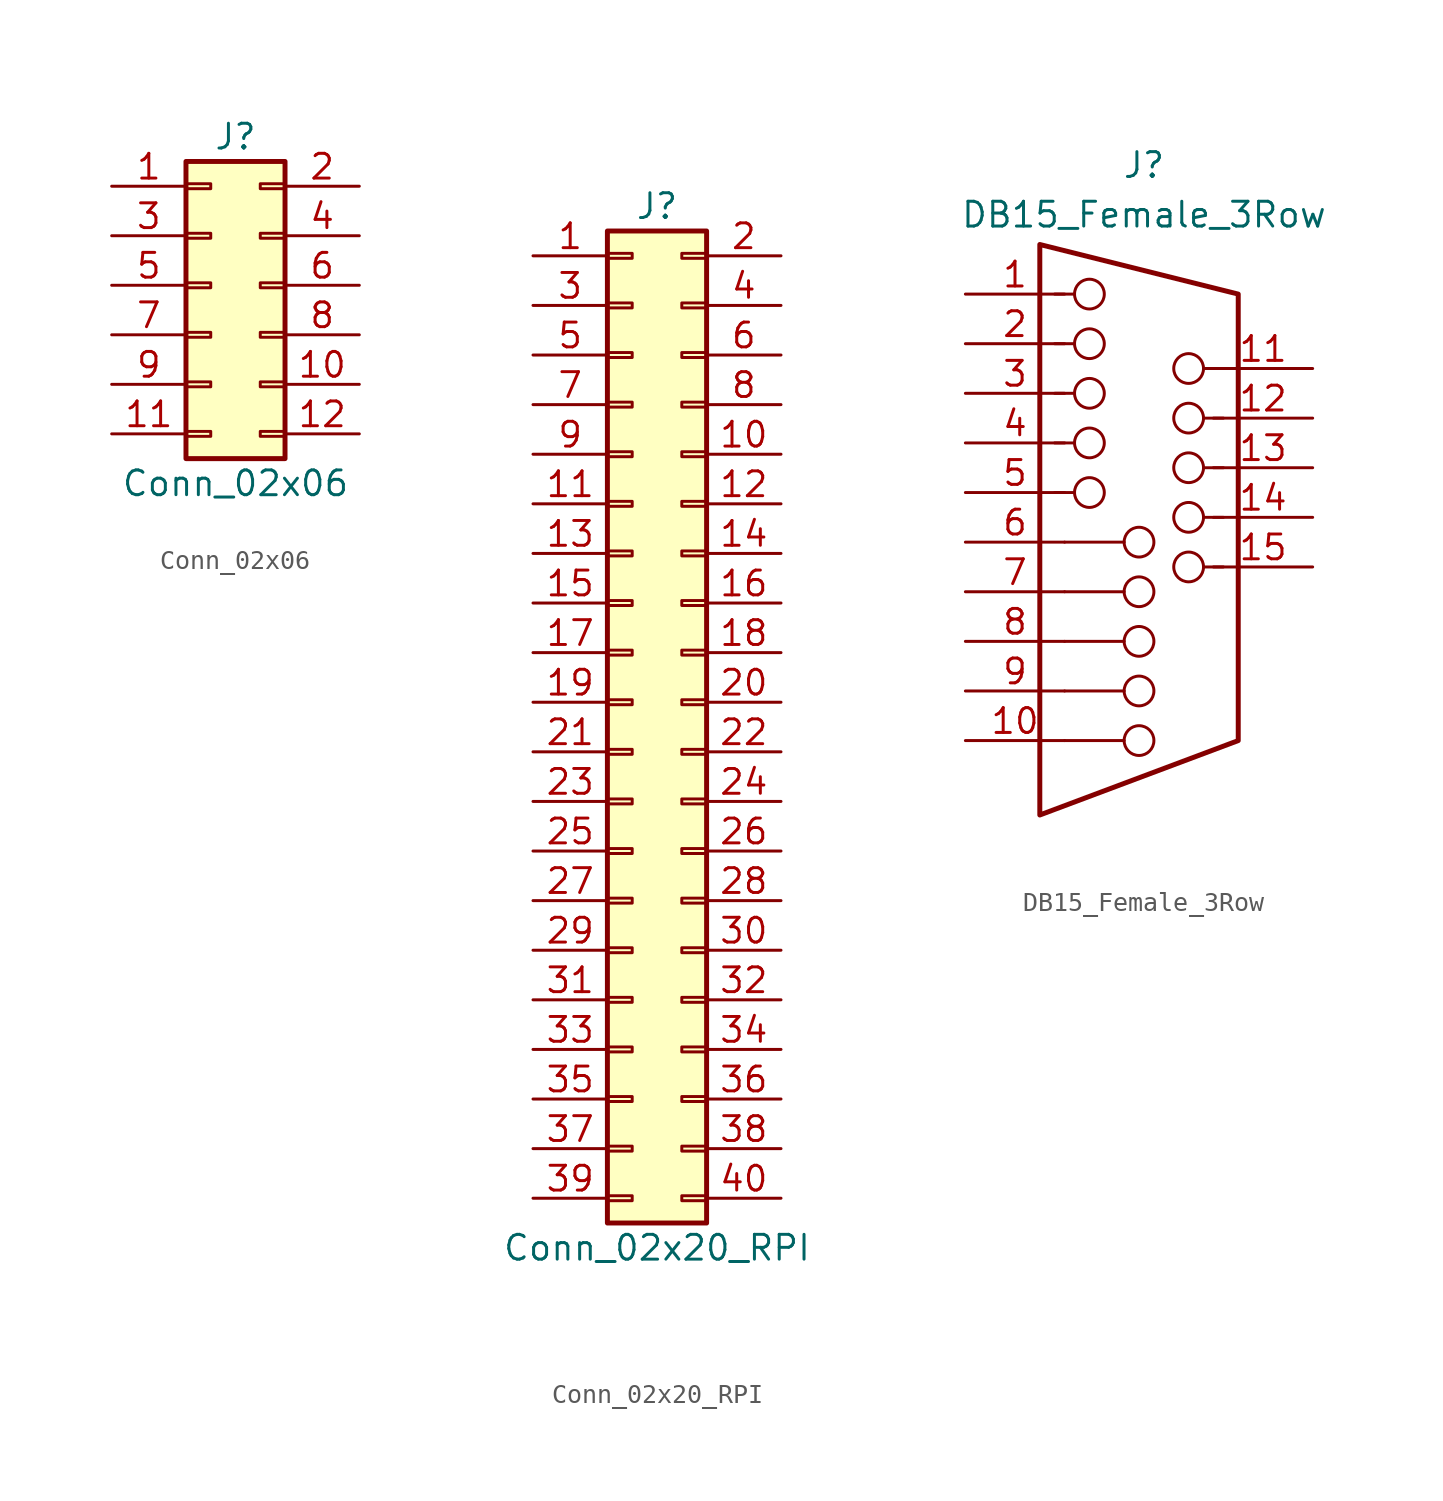
<source format=kicad_sym>
(kicad_symbol_lib
  (version 20220914)
  (generator kicad_symbol_editor)
  (symbol "Conn_02x06"
    (pin_names
      (offset 1.016) hide)
    (property "Reference" "J"
      (at 0 8.89 0)
      (effects (font (size 1.27 1.27))))
    (property "Value" "Conn_02x06"
      (at 0 -8.89 0)
      (effects (font (size 1.27 1.27))))
    (symbol "Conn_02x06_1_1"
      (rectangle (start -2.54 -6.223) (end -1.27 -6.477) (stroke (width 0.152) (type default)) (fill (type none)))
      (rectangle (start -2.54 -3.683) (end -1.27 -3.937) (stroke (width 0.152) (type default)) (fill (type none)))
      (rectangle (start -2.54 -1.143) (end -1.27 -1.397) (stroke (width 0.152) (type default)) (fill (type none)))
      (rectangle (start -2.54 1.397) (end -1.27 1.143) (stroke (width 0.152) (type default)) (fill (type none)))
      (rectangle (start -2.54 3.937) (end -1.27 3.683) (stroke (width 0.152) (type default)) (fill (type none)))
      (rectangle (start -2.54 6.477) (end -1.27 6.223) (stroke (width 0.152) (type default)) (fill (type none)))
      (rectangle (start -2.54 7.62) (end 2.54 -7.62) (stroke (width 0.254) (type default)) (fill (type background)))
      (rectangle (start 2.54 -6.223) (end 1.27 -6.477) (stroke (width 0.152) (type default)) (fill (type none)))
      (rectangle (start 2.54 -3.683) (end 1.27 -3.937) (stroke (width 0.152) (type default)) (fill (type none)))
      (rectangle (start 2.54 -1.143) (end 1.27 -1.397) (stroke (width 0.152) (type default)) (fill (type none)))
      (rectangle (start 2.54 1.397) (end 1.27 1.143) (stroke (width 0.152) (type default)) (fill (type none)))
      (rectangle (start 2.54 3.937) (end 1.27 3.683) (stroke (width 0.152) (type default)) (fill (type none)))
      (rectangle (start 2.54 6.477) (end 1.27 6.223) (stroke (width 0.152) (type default)) (fill (type none)))
      (pin passive line (at -6.35 6.35 0) (length 3.81) (name "Pin_1" (effects (font (size 1.27 1.27)))) (number "1" (effects (font (size 1.27 1.27)))))
      (pin passive line (at 6.35 -3.81 180) (length 3.81) (name "Pin_10" (effects (font (size 1.27 1.27)))) (number "10" (effects (font (size 1.27 1.27)))))
      (pin passive line (at -6.35 -6.35 0) (length 3.81) (name "Pin_11" (effects (font (size 1.27 1.27)))) (number "11" (effects (font (size 1.27 1.27)))))
      (pin passive line (at 6.35 -6.35 180) (length 3.81) (name "Pin_12" (effects (font (size 1.27 1.27)))) (number "12" (effects (font (size 1.27 1.27)))))
      (pin passive line (at 6.35 6.35 180) (length 3.81) (name "Pin_2" (effects (font (size 1.27 1.27)))) (number "2" (effects (font (size 1.27 1.27)))))
      (pin passive line (at -6.35 3.81 0) (length 3.81) (name "Pin_3" (effects (font (size 1.27 1.27)))) (number "3" (effects (font (size 1.27 1.27)))))
      (pin passive line (at 6.35 3.81 180) (length 3.81) (name "Pin_4" (effects (font (size 1.27 1.27)))) (number "4" (effects (font (size 1.27 1.27)))))
      (pin passive line (at -6.35 1.27 0) (length 3.81) (name "Pin_5" (effects (font (size 1.27 1.27)))) (number "5" (effects (font (size 1.27 1.27)))))
      (pin passive line (at 6.35 1.27 180) (length 3.81) (name "Pin_6" (effects (font (size 1.27 1.27)))) (number "6" (effects (font (size 1.27 1.27)))))
      (pin passive line (at -6.35 -1.27 0) (length 3.81) (name "Pin_7" (effects (font (size 1.27 1.27)))) (number "7" (effects (font (size 1.27 1.27)))))
      (pin passive line (at 6.35 -1.27 180) (length 3.81) (name "Pin_8" (effects (font (size 1.27 1.27)))) (number "8" (effects (font (size 1.27 1.27)))))
      (pin passive line (at -6.35 -3.81 0) (length 3.81) (name "Pin_9" (effects (font (size 1.27 1.27)))) (number "9" (effects (font (size 1.27 1.27)))))))
  (symbol "Conn_02x20_RPI"
    (pin_names
      (offset 1.016) hide)
    (property "Reference" "J"
      (at 0 25.4 0)
      (effects (font (size 1.27 1.27))))
    (property "Value" "Conn_02x20_RPI"
      (at 0 -27.94 0)
      (effects (font (size 1.27 1.27))))
    (symbol "Conn_02x20_RPI_1_1"
      (rectangle (start -2.54 -25.273) (end -1.27 -25.527) (stroke (width 0.152) (type default)) (fill (type none)))
      (rectangle (start -2.54 -22.733) (end -1.27 -22.987) (stroke (width 0.152) (type default)) (fill (type none)))
      (rectangle (start -2.54 -20.193) (end -1.27 -20.447) (stroke (width 0.152) (type default)) (fill (type none)))
      (rectangle (start -2.54 -17.653) (end -1.27 -17.907) (stroke (width 0.152) (type default)) (fill (type none)))
      (rectangle (start -2.54 -15.113) (end -1.27 -15.367) (stroke (width 0.152) (type default)) (fill (type none)))
      (rectangle (start -2.54 -12.573) (end -1.27 -12.827) (stroke (width 0.152) (type default)) (fill (type none)))
      (rectangle (start -2.54 -10.033) (end -1.27 -10.287) (stroke (width 0.152) (type default)) (fill (type none)))
      (rectangle (start -2.54 -7.493) (end -1.27 -7.747) (stroke (width 0.152) (type default)) (fill (type none)))
      (rectangle (start -2.54 -4.953) (end -1.27 -5.207) (stroke (width 0.152) (type default)) (fill (type none)))
      (rectangle (start -2.54 -2.413) (end -1.27 -2.667) (stroke (width 0.152) (type default)) (fill (type none)))
      (rectangle (start -2.54 0.127) (end -1.27 -0.127) (stroke (width 0.152) (type default)) (fill (type none)))
      (rectangle (start -2.54 2.667) (end -1.27 2.413) (stroke (width 0.152) (type default)) (fill (type none)))
      (rectangle (start -2.54 5.207) (end -1.27 4.953) (stroke (width 0.152) (type default)) (fill (type none)))
      (rectangle (start -2.54 7.747) (end -1.27 7.493) (stroke (width 0.152) (type default)) (fill (type none)))
      (rectangle (start -2.54 10.287) (end -1.27 10.033) (stroke (width 0.152) (type default)) (fill (type none)))
      (rectangle (start -2.54 12.827) (end -1.27 12.573) (stroke (width 0.152) (type default)) (fill (type none)))
      (rectangle (start -2.54 15.367) (end -1.27 15.113) (stroke (width 0.152) (type default)) (fill (type none)))
      (rectangle (start -2.54 17.907) (end -1.27 17.653) (stroke (width 0.152) (type default)) (fill (type none)))
      (rectangle (start -2.54 20.447) (end -1.27 20.193) (stroke (width 0.152) (type default)) (fill (type none)))
      (rectangle (start -2.54 22.987) (end -1.27 22.733) (stroke (width 0.152) (type default)) (fill (type none)))
      (rectangle (start -2.54 24.13) (end 2.54 -26.67) (stroke (width 0.254) (type default)) (fill (type background)))
      (rectangle (start 2.54 -25.273) (end 1.27 -25.527) (stroke (width 0.152) (type default)) (fill (type none)))
      (rectangle (start 2.54 -22.733) (end 1.27 -22.987) (stroke (width 0.152) (type default)) (fill (type none)))
      (rectangle (start 2.54 -20.193) (end 1.27 -20.447) (stroke (width 0.152) (type default)) (fill (type none)))
      (rectangle (start 2.54 -17.653) (end 1.27 -17.907) (stroke (width 0.152) (type default)) (fill (type none)))
      (rectangle (start 2.54 -15.113) (end 1.27 -15.367) (stroke (width 0.152) (type default)) (fill (type none)))
      (rectangle (start 2.54 -12.573) (end 1.27 -12.827) (stroke (width 0.152) (type default)) (fill (type none)))
      (rectangle (start 2.54 -10.033) (end 1.27 -10.287) (stroke (width 0.152) (type default)) (fill (type none)))
      (rectangle (start 2.54 -7.493) (end 1.27 -7.747) (stroke (width 0.152) (type default)) (fill (type none)))
      (rectangle (start 2.54 -4.953) (end 1.27 -5.207) (stroke (width 0.152) (type default)) (fill (type none)))
      (rectangle (start 2.54 -2.413) (end 1.27 -2.667) (stroke (width 0.152) (type default)) (fill (type none)))
      (rectangle (start 2.54 0.127) (end 1.27 -0.127) (stroke (width 0.152) (type default)) (fill (type none)))
      (rectangle (start 2.54 2.667) (end 1.27 2.413) (stroke (width 0.152) (type default)) (fill (type none)))
      (rectangle (start 2.54 5.207) (end 1.27 4.953) (stroke (width 0.152) (type default)) (fill (type none)))
      (rectangle (start 2.54 7.747) (end 1.27 7.493) (stroke (width 0.152) (type default)) (fill (type none)))
      (rectangle (start 2.54 10.287) (end 1.27 10.033) (stroke (width 0.152) (type default)) (fill (type none)))
      (rectangle (start 2.54 12.827) (end 1.27 12.573) (stroke (width 0.152) (type default)) (fill (type none)))
      (rectangle (start 2.54 15.367) (end 1.27 15.113) (stroke (width 0.152) (type default)) (fill (type none)))
      (rectangle (start 2.54 17.907) (end 1.27 17.653) (stroke (width 0.152) (type default)) (fill (type none)))
      (rectangle (start 2.54 20.447) (end 1.27 20.193) (stroke (width 0.152) (type default)) (fill (type none)))
      (rectangle (start 2.54 22.987) (end 1.27 22.733) (stroke (width 0.152) (type default)) (fill (type none)))
      (pin passive line (at -6.35 22.86 0) (length 3.81) (name "Pin_1" (effects (font (size 1.27 1.27)))) (number "1" (effects (font (size 1.27 1.27)))))
      (pin passive line (at 6.35 12.7 180) (length 3.81) (name "Pin_10" (effects (font (size 1.27 1.27)))) (number "10" (effects (font (size 1.27 1.27)))))
      (pin passive line (at -6.35 10.16 0) (length 3.81) (name "Pin_11" (effects (font (size 1.27 1.27)))) (number "11" (effects (font (size 1.27 1.27)))))
      (pin passive line (at 6.35 10.16 180) (length 3.81) (name "Pin_12" (effects (font (size 1.27 1.27)))) (number "12" (effects (font (size 1.27 1.27)))))
      (pin passive line (at -6.35 7.62 0) (length 3.81) (name "Pin_13" (effects (font (size 1.27 1.27)))) (number "13" (effects (font (size 1.27 1.27)))))
      (pin passive line (at 6.35 7.62 180) (length 3.81) (name "Pin_14" (effects (font (size 1.27 1.27)))) (number "14" (effects (font (size 1.27 1.27)))))
      (pin passive line (at -6.35 5.08 0) (length 3.81) (name "Pin_15" (effects (font (size 1.27 1.27)))) (number "15" (effects (font (size 1.27 1.27)))))
      (pin passive line (at 6.35 5.08 180) (length 3.81) (name "Pin_16" (effects (font (size 1.27 1.27)))) (number "16" (effects (font (size 1.27 1.27)))))
      (pin passive line (at -6.35 2.54 0) (length 3.81) (name "Pin_17" (effects (font (size 1.27 1.27)))) (number "17" (effects (font (size 1.27 1.27)))))
      (pin passive line (at 6.35 2.54 180) (length 3.81) (name "Pin_18" (effects (font (size 1.27 1.27)))) (number "18" (effects (font (size 1.27 1.27)))))
      (pin passive line (at -6.35 0 0) (length 3.81) (name "Pin_19" (effects (font (size 1.27 1.27)))) (number "19" (effects (font (size 1.27 1.27)))))
      (pin passive line (at 6.35 22.86 180) (length 3.81) (name "Pin_2" (effects (font (size 1.27 1.27)))) (number "2" (effects (font (size 1.27 1.27)))))
      (pin passive line (at 6.35 0 180) (length 3.81) (name "Pin_20" (effects (font (size 1.27 1.27)))) (number "20" (effects (font (size 1.27 1.27)))))
      (pin passive line (at -6.35 -2.54 0) (length 3.81) (name "Pin_21" (effects (font (size 1.27 1.27)))) (number "21" (effects (font (size 1.27 1.27)))))
      (pin passive line (at 6.35 -2.54 180) (length 3.81) (name "Pin_22" (effects (font (size 1.27 1.27)))) (number "22" (effects (font (size 1.27 1.27)))))
      (pin passive line (at -6.35 -5.08 0) (length 3.81) (name "Pin_23" (effects (font (size 1.27 1.27)))) (number "23" (effects (font (size 1.27 1.27)))))
      (pin passive line (at 6.35 -5.08 180) (length 3.81) (name "Pin_24" (effects (font (size 1.27 1.27)))) (number "24" (effects (font (size 1.27 1.27)))))
      (pin passive line (at -6.35 -7.62 0) (length 3.81) (name "Pin_25" (effects (font (size 1.27 1.27)))) (number "25" (effects (font (size 1.27 1.27)))))
      (pin passive line (at 6.35 -7.62 180) (length 3.81) (name "Pin_26" (effects (font (size 1.27 1.27)))) (number "26" (effects (font (size 1.27 1.27)))))
      (pin passive line (at -6.35 -10.16 0) (length 3.81) (name "Pin_27" (effects (font (size 1.27 1.27)))) (number "27" (effects (font (size 1.27 1.27)))))
      (pin passive line (at 6.35 -10.16 180) (length 3.81) (name "Pin_28" (effects (font (size 1.27 1.27)))) (number "28" (effects (font (size 1.27 1.27)))))
      (pin passive line (at -6.35 -12.7 0) (length 3.81) (name "Pin_29" (effects (font (size 1.27 1.27)))) (number "29" (effects (font (size 1.27 1.27)))))
      (pin passive line (at -6.35 20.32 0) (length 3.81) (name "Pin_3" (effects (font (size 1.27 1.27)))) (number "3" (effects (font (size 1.27 1.27)))))
      (pin passive line (at 6.35 -12.7 180) (length 3.81) (name "Pin_30" (effects (font (size 1.27 1.27)))) (number "30" (effects (font (size 1.27 1.27)))))
      (pin passive line (at -6.35 -15.24 0) (length 3.81) (name "Pin_31" (effects (font (size 1.27 1.27)))) (number "31" (effects (font (size 1.27 1.27)))))
      (pin passive line (at 6.35 -15.24 180) (length 3.81) (name "Pin_32" (effects (font (size 1.27 1.27)))) (number "32" (effects (font (size 1.27 1.27)))))
      (pin passive line (at -6.35 -17.78 0) (length 3.81) (name "Pin_33" (effects (font (size 1.27 1.27)))) (number "33" (effects (font (size 1.27 1.27)))))
      (pin passive line (at 6.35 -17.78 180) (length 3.81) (name "Pin_34" (effects (font (size 1.27 1.27)))) (number "34" (effects (font (size 1.27 1.27)))))
      (pin passive line (at -6.35 -20.32 0) (length 3.81) (name "Pin_35" (effects (font (size 1.27 1.27)))) (number "35" (effects (font (size 1.27 1.27)))))
      (pin passive line (at 6.35 -20.32 180) (length 3.81) (name "Pin_36" (effects (font (size 1.27 1.27)))) (number "36" (effects (font (size 1.27 1.27)))))
      (pin passive line (at -6.35 -22.86 0) (length 3.81) (name "Pin_37" (effects (font (size 1.27 1.27)))) (number "37" (effects (font (size 1.27 1.27)))))
      (pin passive line (at 6.35 -22.86 180) (length 3.81) (name "Pin_38" (effects (font (size 1.27 1.27)))) (number "38" (effects (font (size 1.27 1.27)))))
      (pin passive line (at -6.35 -25.4 0) (length 3.81) (name "Pin_39" (effects (font (size 1.27 1.27)))) (number "39" (effects (font (size 1.27 1.27)))))
      (pin passive line (at 6.35 20.32 180) (length 3.81) (name "Pin_4" (effects (font (size 1.27 1.27)))) (number "4" (effects (font (size 1.27 1.27)))))
      (pin passive line (at 6.35 -25.4 180) (length 3.81) (name "Pin_40" (effects (font (size 1.27 1.27)))) (number "40" (effects (font (size 1.27 1.27)))))
      (pin passive line (at -6.35 17.78 0) (length 3.81) (name "Pin_5" (effects (font (size 1.27 1.27)))) (number "5" (effects (font (size 1.27 1.27)))))
      (pin passive line (at 6.35 17.78 180) (length 3.81) (name "Pin_6" (effects (font (size 1.27 1.27)))) (number "6" (effects (font (size 1.27 1.27)))))
      (pin passive line (at -6.35 15.24 0) (length 3.81) (name "Pin_7" (effects (font (size 1.27 1.27)))) (number "7" (effects (font (size 1.27 1.27)))))
      (pin passive line (at 6.35 15.24 180) (length 3.81) (name "Pin_8" (effects (font (size 1.27 1.27)))) (number "8" (effects (font (size 1.27 1.27)))))
      (pin passive line (at -6.35 12.7 0) (length 3.81) (name "Pin_9" (effects (font (size 1.27 1.27)))) (number "9" (effects (font (size 1.27 1.27)))))))
  (symbol "DB15_Female_3Row"
    (pin_names
      (offset 1.016) hide)
    (property "Reference" "J"
      (at 0.254 17.78 0)
      (effects (font (size 1.27 1.27))))
    (property "Value" "DB15_Female_3Row"
      (at 0.254 15.24 0)
      (effects (font (size 1.27 1.27))))
    (symbol "DB15_Female_3Row_0_1"
      (circle (center -2.54 1.016) (radius 0.762) (stroke (width 0) (type default)) (fill (type none)))
      (circle (center -2.54 3.556) (radius 0.762) (stroke (width 0) (type default)) (fill (type none)))
      (circle (center -2.54 6.096) (radius 0.762) (stroke (width 0) (type default)) (fill (type none)))
      (circle (center -2.54 8.636) (radius 0.762) (stroke (width 0) (type default)) (fill (type none)))
      (circle (center -2.54 11.176) (radius 0.762) (stroke (width 0) (type default)) (fill (type none)))
      (circle (center 0 -11.684) (radius 0.762) (stroke (width 0) (type default)) (fill (type none)))
      (circle (center 0 -9.144) (radius 0.762) (stroke (width 0) (type default)) (fill (type none)))
      (circle (center 0 -6.604) (radius 0.762) (stroke (width 0) (type default)) (fill (type none)))
      (circle (center 0 -4.064) (radius 0.762) (stroke (width 0) (type default)) (fill (type none)))
      (circle (center 0 -1.524) (radius 0.762) (stroke (width 0) (type default)) (fill (type none)))
      (polyline (pts (xy -3.81 -4.064) (xy -0.762 -4.064)) (stroke (width 0) (type default)) (fill (type none)))
      (polyline (pts (xy -3.302 1.016) (xy -4.318 1.016)) (stroke (width 0) (type default)) (fill (type none)))
      (polyline (pts (xy -3.302 3.556) (xy -4.318 3.556)) (stroke (width 0) (type default)) (fill (type none)))
      (polyline (pts (xy -3.302 6.096) (xy -4.318 6.096)) (stroke (width 0) (type default)) (fill (type none)))
      (polyline (pts (xy -3.302 8.636) (xy -4.318 8.636)) (stroke (width 0) (type default)) (fill (type none)))
      (polyline (pts (xy -3.302 11.176) (xy -4.318 11.176)) (stroke (width 0) (type default)) (fill (type none)))
      (polyline (pts (xy -0.762 -11.684) (xy -3.81 -11.684)) (stroke (width 0) (type default)) (fill (type none)))
      (polyline (pts (xy -0.762 -9.144) (xy -3.81 -9.144)) (stroke (width 0) (type default)) (fill (type none)))
      (polyline (pts (xy -0.762 -6.604) (xy -3.81 -6.604)) (stroke (width 0) (type default)) (fill (type none)))
      (polyline (pts (xy -0.762 -1.524) (xy -3.81 -1.524)) (stroke (width 0) (type default)) (fill (type none)))
      (polyline (pts (xy 4.318 -2.794) (xy 3.302 -2.794)) (stroke (width 0) (type default)) (fill (type none)))
      (polyline (pts (xy 4.318 -0.254) (xy 3.302 -0.254)) (stroke (width 0) (type default)) (fill (type none)))
      (polyline (pts (xy 4.318 2.286) (xy 3.302 2.286)) (stroke (width 0) (type default)) (fill (type none)))
      (polyline (pts (xy 4.318 4.826) (xy 3.302 4.826)) (stroke (width 0) (type default)) (fill (type none)))
      (polyline (pts (xy 4.318 7.366) (xy 3.302 7.366)) (stroke (width 0) (type default)) (fill (type none)))
      (circle (center 2.54 -2.794) (radius 0.762) (stroke (width 0) (type default)) (fill (type none)))
      (circle (center 2.54 -0.254) (radius 0.762) (stroke (width 0) (type default)) (fill (type none)))
      (circle (center 2.54 2.286) (radius 0.762) (stroke (width 0) (type default)) (fill (type none)))
      (circle (center 2.54 4.826) (radius 0.762) (stroke (width 0) (type default)) (fill (type none)))
      (circle (center 2.54 7.366) (radius 0.762) (stroke (width 0) (type default)) (fill (type none))))
    (symbol "DB15_Female_3Row_1_1"
      (polyline (pts (xy -5.08 13.716) (xy -5.08 -15.494) (xy 5.08 -11.684) (xy 5.08 11.176) (xy -5.08 13.716)) (stroke (width 0.254) (type default)) (fill (type none)))
      (pin passive line (at -8.89 11.176 0) (length 5.08) (name "~" (effects (font (size 1.27 1.27)))) (number "1" (effects (font (size 1.27 1.27)))))
      (pin passive line (at -8.89 -11.684 0) (length 5.08) (name "~" (effects (font (size 1.27 1.27)))) (number "10" (effects (font (size 1.27 1.27)))))
      (pin passive line (at 8.89 7.366 180) (length 5.08) (name "~" (effects (font (size 1.27 1.27)))) (number "11" (effects (font (size 1.27 1.27)))))
      (pin passive line (at 8.89 4.826 180) (length 5.08) (name "~" (effects (font (size 1.27 1.27)))) (number "12" (effects (font (size 1.27 1.27)))))
      (pin passive line (at 8.89 2.286 180) (length 5.08) (name "~" (effects (font (size 1.27 1.27)))) (number "13" (effects (font (size 1.27 1.27)))))
      (pin passive line (at 8.89 -0.254 180) (length 5.08) (name "~" (effects (font (size 1.27 1.27)))) (number "14" (effects (font (size 1.27 1.27)))))
      (pin passive line (at 8.89 -2.794 180) (length 5.08) (name "~" (effects (font (size 1.27 1.27)))) (number "15" (effects (font (size 1.27 1.27)))))
      (pin passive line (at -8.89 8.636 0) (length 5.08) (name "~" (effects (font (size 1.27 1.27)))) (number "2" (effects (font (size 1.27 1.27)))))
      (pin passive line (at -8.89 6.096 0) (length 5.08) (name "~" (effects (font (size 1.27 1.27)))) (number "3" (effects (font (size 1.27 1.27)))))
      (pin passive line (at -8.89 3.556 0) (length 5.08) (name "~" (effects (font (size 1.27 1.27)))) (number "4" (effects (font (size 1.27 1.27)))))
      (pin passive line (at -8.89 1.016 0) (length 5.08) (name "~" (effects (font (size 1.27 1.27)))) (number "5" (effects (font (size 1.27 1.27)))))
      (pin passive line (at -8.89 -1.524 0) (length 5.08) (name "~" (effects (font (size 1.27 1.27)))) (number "6" (effects (font (size 1.27 1.27)))))
      (pin passive line (at -8.89 -4.064 0) (length 5.08) (name "~" (effects (font (size 1.27 1.27)))) (number "7" (effects (font (size 1.27 1.27)))))
      (pin passive line (at -8.89 -6.604 0) (length 5.08) (name "~" (effects (font (size 1.27 1.27)))) (number "8" (effects (font (size 1.27 1.27)))))
      (pin passive line (at -8.89 -9.144 0) (length 5.08) (name "~" (effects (font (size 1.27 1.27)))) (number "9" (effects (font (size 1.27 1.27))))))))
</source>
